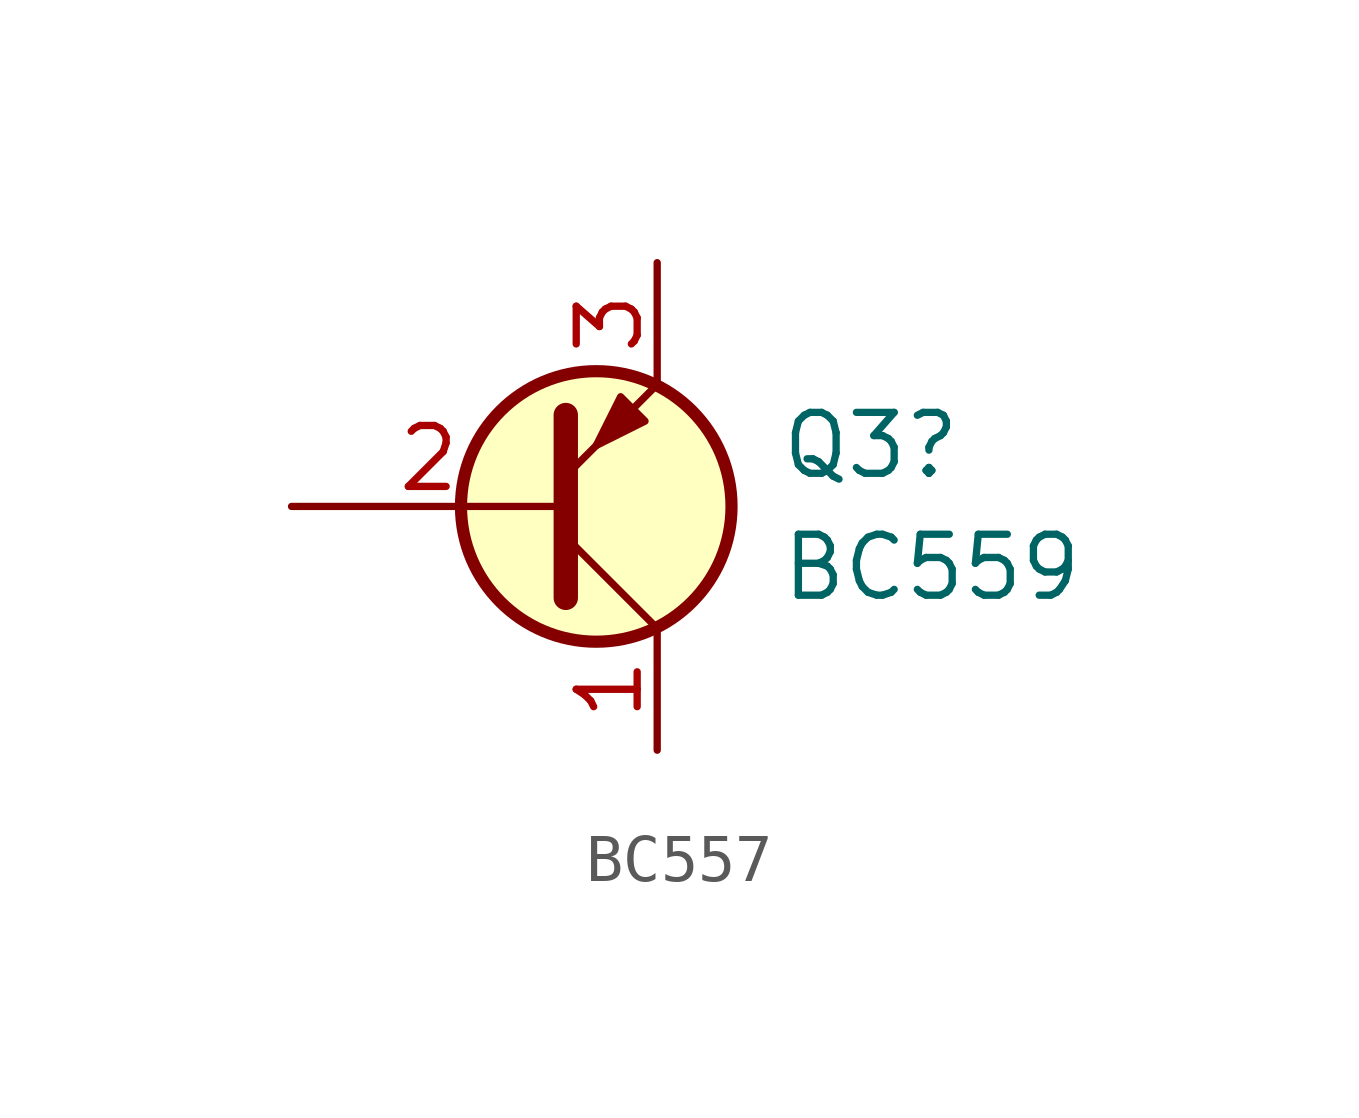
<source format=kicad_sym>
(kicad_symbol_lib
  (version 20241209)
  (generator "kicad_symbol_editor")
  (generator_version "9.0")
  (symbol "BC557"
    (pin_names
      (hide yes))
    (property "Reference" "Q3"
      (at 5.08 1.27 0)
      (effects (font (size 1.27 1.27)) (justify left)))
    (property "Value" "BC559"
      (at 5.08 -1.27 0)
      (effects (font (size 1.27 1.27)) (justify left)))
    (symbol "BC557_0_1"
      (polyline (pts (xy 0.635 0.635) (xy 2.54 2.54) (xy 2.54 2.54)) (stroke (width 0) (type default)) (fill (type none)))
      (polyline (pts (xy 0.635 -0.635) (xy 2.54 -2.54)) (stroke (width 0) (type default)) (fill (type none)))
      (polyline (pts (xy 0.635 -1.905) (xy 0.635 1.905) (xy 0.635 1.905)) (stroke (width 0.508) (type default)) (fill (type none)))
      (circle (center 1.27 0) (radius 2.819) (stroke (width 0.254) (type default)) (fill (type background)))
      (polyline (pts (xy 2.286 1.778) (xy 1.778 2.286) (xy 1.27 1.27) (xy 2.286 1.778) (xy 2.286 1.778)) (stroke (width 0) (type default)) (fill (type outline))))
    (symbol "BC557_1_1"
      (pin input line (at -5.08 0 0) (length 5.715) (name "B" (effects (font (size 1.27 1.27)))) (number "2" (effects (font (size 1.27 1.27)))))
      (pin passive line (at 2.54 5.08 270) (length 2.54) (name "E" (effects (font (size 1.27 1.27)))) (number "3" (effects (font (size 1.27 1.27)))))
      (pin passive line (at 2.54 -5.08 90) (length 2.54) (name "C" (effects (font (size 1.27 1.27)))) (number "1" (effects (font (size 1.27 1.27))))))))
</source>
